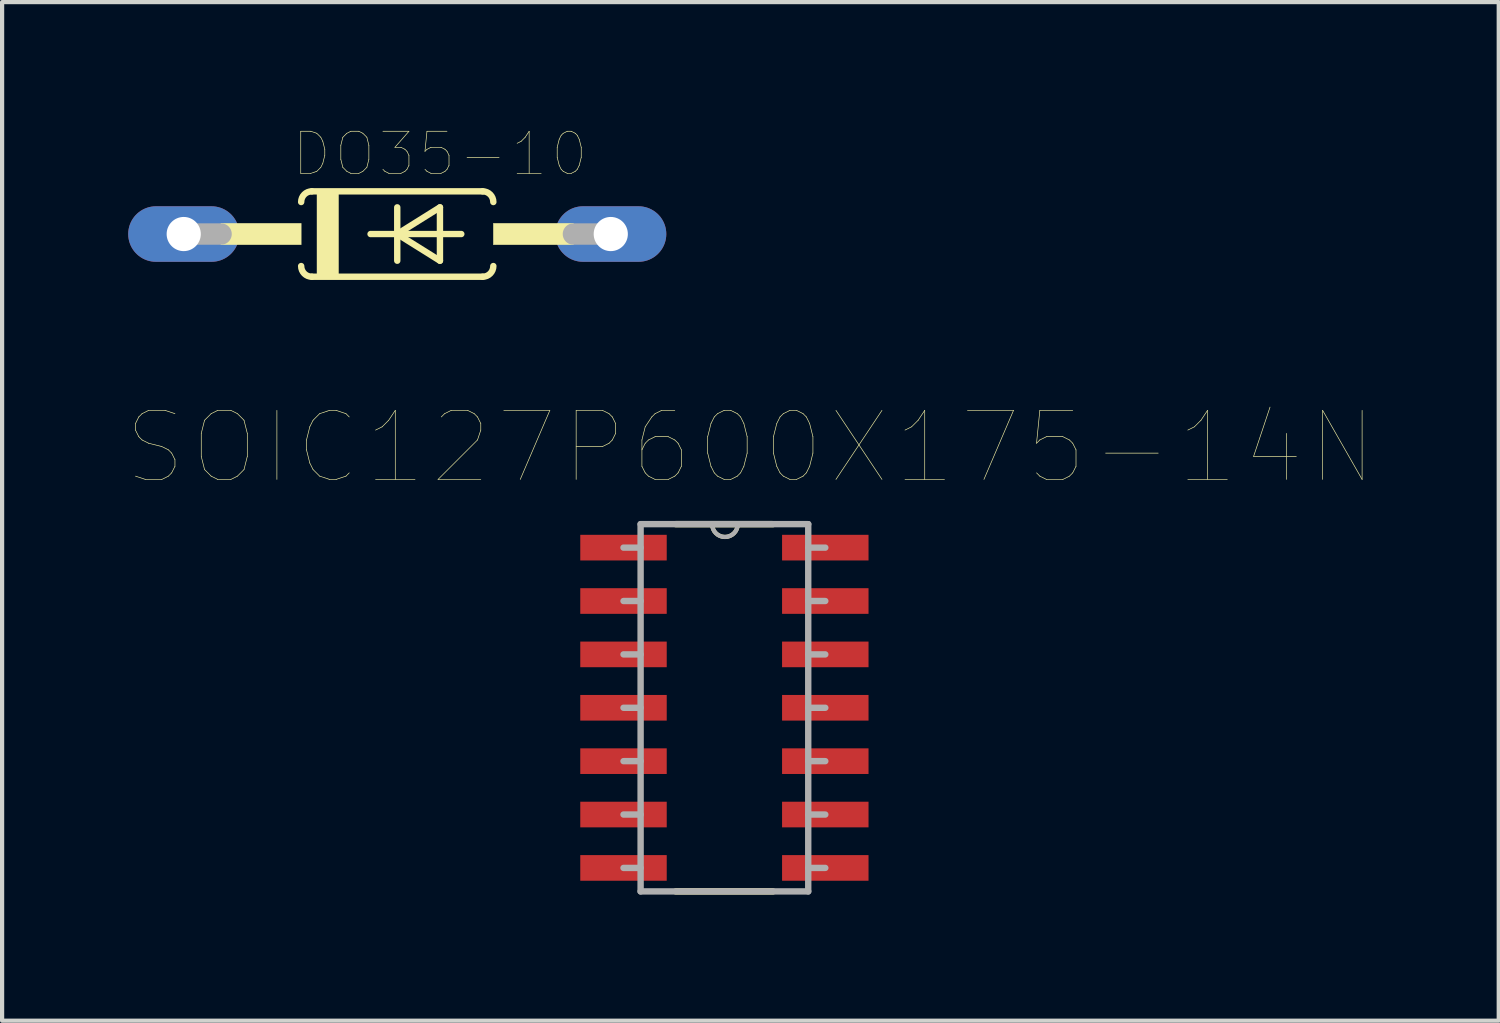
<source format=kicad_pcb>
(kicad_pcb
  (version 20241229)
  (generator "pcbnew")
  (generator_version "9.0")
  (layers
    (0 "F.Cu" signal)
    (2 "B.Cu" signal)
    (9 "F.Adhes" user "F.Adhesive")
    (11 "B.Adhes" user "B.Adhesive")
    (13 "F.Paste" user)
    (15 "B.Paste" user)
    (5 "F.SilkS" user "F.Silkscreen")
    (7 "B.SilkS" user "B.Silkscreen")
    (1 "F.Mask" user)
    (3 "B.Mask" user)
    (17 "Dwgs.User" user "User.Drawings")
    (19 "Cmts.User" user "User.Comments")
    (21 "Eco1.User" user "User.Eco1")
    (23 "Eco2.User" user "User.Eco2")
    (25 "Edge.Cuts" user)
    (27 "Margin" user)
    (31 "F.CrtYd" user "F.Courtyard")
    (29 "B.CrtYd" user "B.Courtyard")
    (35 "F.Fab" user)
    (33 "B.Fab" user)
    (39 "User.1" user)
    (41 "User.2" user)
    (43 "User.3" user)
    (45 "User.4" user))
  (footprint "SOIC127P600X175-14N"
    (layer "F.Cu")
    (at 16.585 17.599)
    (property "Reference" "SOIC127P600X175-14N" (at -1.781 -10.002 0) (layer "F.SilkS") (effects (font (size 1.643 1.643) (thickness 0.015))))
    (attr through_hole)
    (fp_line (start -3.556 0.559) (end -1.245 0.559) (stroke (width 0.152) (type solid)) (layer "F.SilkS"))
    (fp_line (start -2.692 -8.179) (end -3.556 -8.179) (stroke (width 0.152) (type solid)) (layer "F.SilkS"))
    (fp_line (start -2.083 -8.179) (end -2.692 -8.179) (stroke (width 0.152) (type solid)) (layer "F.SilkS"))
    (fp_line (start -1.245 -8.179) (end -2.083 -8.179) (stroke (width 0.152) (type solid)) (layer "F.SilkS"))
    (fp_arc (start -2.0828 -8.1788) (mid -2.3876 -7.874) (end -2.6924 -8.1788) (stroke (width 0.1) (type solid)) (layer "F.SilkS"))
    (fp_line (start -4.801 -7.62) (end -4.394 -7.62) (stroke (width 0.152) (type solid)) (layer "F.Fab"))
    (fp_line (start -4.801 -6.35) (end -4.394 -6.35) (stroke (width 0.152) (type solid)) (layer "F.Fab"))
    (fp_line (start -4.801 -5.08) (end -4.394 -5.08) (stroke (width 0.152) (type solid)) (layer "F.Fab"))
    (fp_line (start -4.801 -3.81) (end -4.394 -3.81) (stroke (width 0.152) (type solid)) (layer "F.Fab"))
    (fp_line (start -4.801 -2.54) (end -4.394 -2.54) (stroke (width 0.152) (type solid)) (layer "F.Fab"))
    (fp_line (start -4.801 -1.27) (end -4.394 -1.27) (stroke (width 0.152) (type solid)) (layer "F.Fab"))
    (fp_line (start -4.801 0) (end -4.394 0) (stroke (width 0.152) (type solid)) (layer "F.Fab"))
    (fp_line (start -4.394 -8.179) (end -4.394 0.559) (stroke (width 0.152) (type solid)) (layer "F.Fab"))
    (fp_line (start -4.394 0.559) (end -0.406 0.559) (stroke (width 0.152) (type solid)) (layer "F.Fab"))
    (fp_line (start -2.692 -8.179) (end -4.394 -8.179) (stroke (width 0.152) (type solid)) (layer "F.Fab"))
    (fp_line (start -2.083 -8.179) (end -2.692 -8.179) (stroke (width 0.152) (type solid)) (layer "F.Fab"))
    (fp_line (start -0.406 -8.179) (end -2.083 -8.179) (stroke (width 0.152) (type solid)) (layer "F.Fab"))
    (fp_line (start -0.406 0.559) (end -0.406 -8.179) (stroke (width 0.152) (type solid)) (layer "F.Fab"))
    (fp_line (start 0 -7.62) (end -0.406 -7.62) (stroke (width 0.152) (type solid)) (layer "F.Fab"))
    (fp_line (start 0 -6.35) (end -0.406 -6.35) (stroke (width 0.152) (type solid)) (layer "F.Fab"))
    (fp_line (start 0 -5.08) (end -0.406 -5.08) (stroke (width 0.152) (type solid)) (layer "F.Fab"))
    (fp_line (start 0 -3.81) (end -0.406 -3.81) (stroke (width 0.152) (type solid)) (layer "F.Fab"))
    (fp_line (start 0 -2.54) (end -0.406 -2.54) (stroke (width 0.152) (type solid)) (layer "F.Fab"))
    (fp_line (start 0 -1.27) (end -0.406 -1.27) (stroke (width 0.152) (type solid)) (layer "F.Fab"))
    (fp_line (start 0 0) (end -0.406 0) (stroke (width 0.152) (type solid)) (layer "F.Fab"))
    (fp_arc (start -2.0828 -8.1788) (mid -2.3876 -7.874) (end -2.6924 -8.1788) (stroke (width 0.1) (type solid)) (layer "F.Fab"))
    (pad "1" smd rect (at -4.801 -7.62) (size 2.057 0.61) (layers "F.Cu" "F.Mask" "F.Paste"))
    (pad "2" smd rect (at -4.801 -6.35) (size 2.057 0.61) (layers "F.Cu" "F.Mask" "F.Paste"))
    (pad "3" smd rect (at -4.801 -5.08) (size 2.057 0.61) (layers "F.Cu" "F.Mask" "F.Paste"))
    (pad "4" smd rect (at -4.801 -3.81) (size 2.057 0.61) (layers "F.Cu" "F.Mask" "F.Paste"))
    (pad "5" smd rect (at -4.801 -2.54) (size 2.057 0.61) (layers "F.Cu" "F.Mask" "F.Paste"))
    (pad "6" smd rect (at -4.801 -1.27) (size 2.057 0.61) (layers "F.Cu" "F.Mask" "F.Paste"))
    (pad "7" smd rect (at -4.801 0) (size 2.057 0.61) (layers "F.Cu" "F.Mask" "F.Paste"))
    (pad "8" smd rect (at 0 0) (size 2.057 0.61) (layers "F.Cu" "F.Mask" "F.Paste"))
    (pad "9" smd rect (at 0 -1.27) (size 2.057 0.61) (layers "F.Cu" "F.Mask" "F.Paste"))
    (pad "10" smd rect (at 0 -2.54) (size 2.057 0.61) (layers "F.Cu" "F.Mask" "F.Paste"))
    (pad "11" smd rect (at 0 -3.81) (size 2.057 0.61) (layers "F.Cu" "F.Mask" "F.Paste"))
    (pad "12" smd rect (at 0 -5.08) (size 2.057 0.61) (layers "F.Cu" "F.Mask" "F.Paste"))
    (pad "13" smd rect (at 0 -6.35) (size 2.057 0.61) (layers "F.Cu" "F.Mask" "F.Paste"))
    (pad "14" smd rect (at 0 -7.62) (size 2.057 0.61) (layers "F.Cu" "F.Mask" "F.Paste")))
  (footprint "DO35-10"
    (layer "F.Cu")
    (at 6.401 2.518)
    (property "Reference" "DO35-10" (at 1.017 -1.906 0) (layer "F.SilkS") (effects (font (size 1.001 1.001) (thickness 0.015))))
    (attr through_hole)
    (fp_line (start -2.032 -1.016) (end 2.032 -1.016) (stroke (width 0.152) (type solid)) (layer "F.SilkS"))
    (fp_line (start -2.032 1.016) (end 2.032 1.016) (stroke (width 0.152) (type solid)) (layer "F.SilkS"))
    (fp_line (start -0.635 0) (end 0 0) (stroke (width 0.152) (type solid)) (layer "F.SilkS"))
    (fp_line (start 0 -0.635) (end 0 0) (stroke (width 0.152) (type solid)) (layer "F.SilkS"))
    (fp_line (start 0 0) (end 0 0.635) (stroke (width 0.152) (type solid)) (layer "F.SilkS"))
    (fp_line (start 0 0) (end 1.016 -0.635) (stroke (width 0.152) (type solid)) (layer "F.SilkS"))
    (fp_line (start 0 0) (end 1.524 0) (stroke (width 0.152) (type solid)) (layer "F.SilkS"))
    (fp_line (start 1.016 -0.635) (end 1.016 0.635) (stroke (width 0.152) (type solid)) (layer "F.SilkS"))
    (fp_line (start 1.016 0.635) (end 0 0) (stroke (width 0.152) (type solid)) (layer "F.SilkS"))
    (fp_arc (start -2.286 -0.762) (mid -2.211605 -0.941605) (end -2.032 -1.016) (stroke (width 0.1524) (type solid)) (layer "F.SilkS"))
    (fp_arc (start -2.032 1.016) (mid -2.211605 0.941605) (end -2.286 0.762) (stroke (width 0.1524) (type solid)) (layer "F.SilkS"))
    (fp_arc (start 2.032 -1.016) (mid 2.211605 -0.941605) (end 2.286 -0.762) (stroke (width 0.1524) (type solid)) (layer "F.SilkS"))
    (fp_arc (start 2.286 0.762) (mid 2.211605 0.941605) (end 2.032 1.016) (stroke (width 0.1524) (type solid)) (layer "F.SilkS"))
    (fp_poly (pts (xy -4.195 -0.254) (xy -2.286 -0.254) (xy -2.286 0.254) (xy -4.195 0.254)) (stroke (width 0.01) (type solid)) (fill yes) (layer "F.SilkS"))
    (fp_poly (pts (xy -1.909 -1.016) (xy -1.397 -1.016) (xy -1.397 1.018) (xy -1.909 1.018)) (stroke (width 0.01) (type solid)) (fill yes) (layer "F.SilkS"))
    (fp_poly (pts (xy 2.287 -0.254) (xy 4.191 -0.254) (xy 4.191 0.254) (xy 2.287 0.254)) (stroke (width 0.01) (type solid)) (fill yes) (layer "F.SilkS"))
    (fp_line (start -5.08 0) (end -4.191 0) (stroke (width 0.508) (type solid)) (layer "F.Fab"))
    (fp_line (start 5.08 0) (end 4.191 0) (stroke (width 0.508) (type solid)) (layer "F.Fab"))
    (pad "A" thru_hole oval (at 5.08 0) (size 2.642 1.321) (drill 0.813) (layers "*.Cu" "*.Mask"))
    (pad "C" thru_hole oval (at -5.08 0) (size 2.642 1.321) (drill 0.813) (layers "*.Cu" "*.Mask")))
  (gr_rect
    (start -3 -3)
    (end 32.607 21.234)
    (stroke (width 0.1) (type default))
    (fill no)
    (layer "Edge.Cuts")))
</source>
